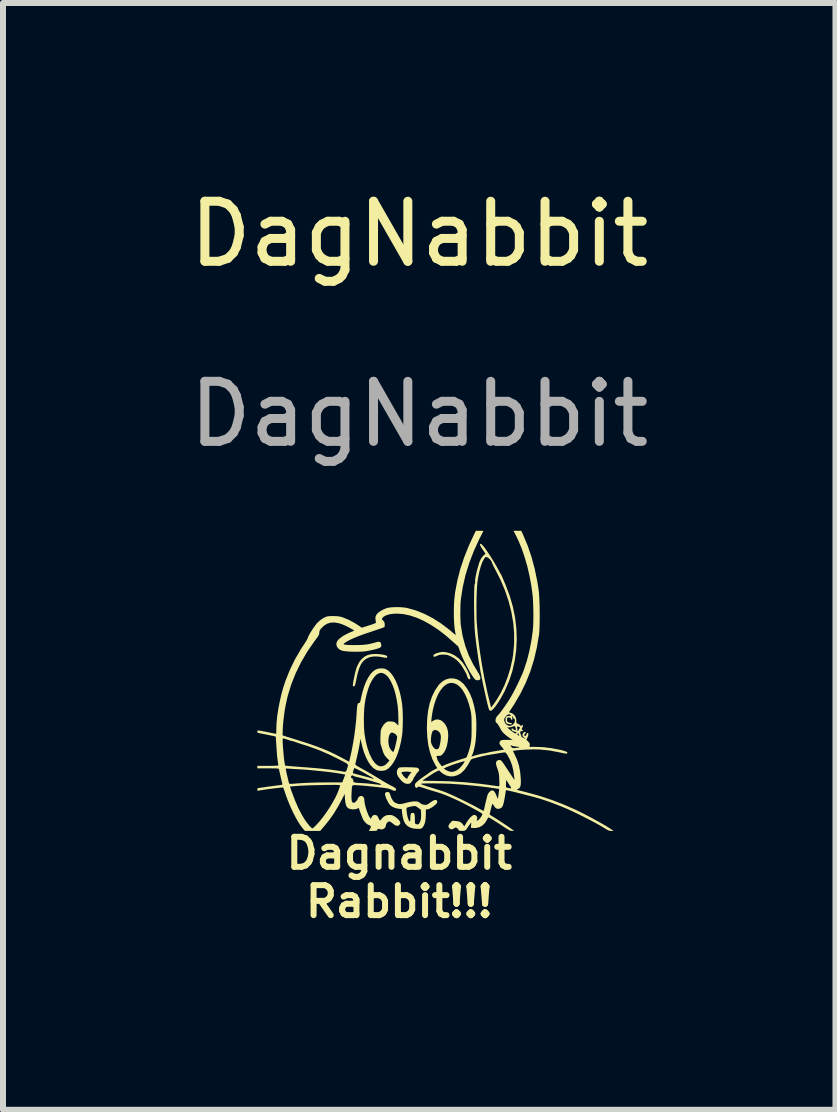
<source format=kicad_pcb>
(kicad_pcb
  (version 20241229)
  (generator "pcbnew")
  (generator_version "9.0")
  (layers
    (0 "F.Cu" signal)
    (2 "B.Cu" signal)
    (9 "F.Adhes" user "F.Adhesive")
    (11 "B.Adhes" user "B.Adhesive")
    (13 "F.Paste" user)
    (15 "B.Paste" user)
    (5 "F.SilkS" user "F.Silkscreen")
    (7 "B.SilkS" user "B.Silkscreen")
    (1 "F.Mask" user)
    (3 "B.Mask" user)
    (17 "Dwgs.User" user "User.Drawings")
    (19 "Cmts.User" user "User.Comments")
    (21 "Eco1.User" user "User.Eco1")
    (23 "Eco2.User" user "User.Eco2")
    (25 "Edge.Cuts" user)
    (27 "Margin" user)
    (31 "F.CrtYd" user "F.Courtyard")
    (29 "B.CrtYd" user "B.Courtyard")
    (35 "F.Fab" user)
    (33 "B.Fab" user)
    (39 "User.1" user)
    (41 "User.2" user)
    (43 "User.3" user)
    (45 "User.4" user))
  (footprint "DagNabbit"
    (layer "F.Cu")
    (at 3.935 8.928)
    (property "Reference" "DagNabbit" (at 0 -8.08 0) (unlocked yes) (layer "F.SilkS") (effects (font (size 1 1) (thickness 0.15))))
    (attr smd)
    (fp_poly (pts (xy 0.434 -1.114) (xy 0.444 -1.112) (xy 0.521 -1.092) (xy 0.594 -1.056) (xy 0.661 -1.006) (xy 0.721 -0.942) (xy 0.774 -0.864) (xy 0.797 -0.821) (xy 0.823 -0.765) (xy 0.841 -0.721) (xy 0.85 -0.69) (xy 0.85 -0.67) (xy 0.841 -0.661) (xy 0.835 -0.66) (xy 0.819 -0.668) (xy 0.806 -0.69) (xy 0.798 -0.711) (xy 0.794 -0.725) (xy 0.793 -0.727) (xy 0.789 -0.74) (xy 0.778 -0.763) (xy 0.762 -0.793) (xy 0.742 -0.827) (xy 0.722 -0.861) (xy 0.703 -0.891) (xy 0.688 -0.911) (xy 0.65 -0.956) (xy 0.611 -0.991) (xy 0.565 -1.022) (xy 0.528 -1.041) (xy 0.494 -1.057) (xy 0.467 -1.066) (xy 0.44 -1.07) (xy 0.405 -1.072) (xy 0.403 -1.072) (xy 0.363 -1.071) (xy 0.333 -1.066) (xy 0.306 -1.056) (xy 0.301 -1.054) (xy 0.268 -1.04) (xy 0.247 -1.036) (xy 0.237 -1.042) (xy 0.235 -1.051) (xy 0.241 -1.069) (xy 0.261 -1.084) (xy 0.296 -1.098) (xy 0.33 -1.107) (xy 0.367 -1.115) (xy 0.399 -1.117)) (stroke (width 0) (type solid)) (fill yes) (layer "F.SilkS"))
    (fp_poly (pts (xy -0.649 -1.078) (xy -0.603 -1.071) (xy -0.569 -1.063) (xy -0.548 -1.056) (xy -0.538 -1.048) (xy -0.534 -1.039) (xy -0.533 -1.037) (xy -0.534 -1.026) (xy -0.54 -1.02) (xy -0.556 -1.019) (xy -0.582 -1.022) (xy -0.621 -1.029) (xy -0.632 -1.032) (xy -0.691 -1.04) (xy -0.751 -1.041) (xy -0.806 -1.034) (xy -0.85 -1.02) (xy -0.891 -0.998) (xy -0.926 -0.97) (xy -0.956 -0.935) (xy -0.982 -0.89) (xy -1.004 -0.834) (xy -1.025 -0.765) (xy -1.044 -0.682) (xy -1.048 -0.66) (xy -1.057 -0.615) (xy -1.064 -0.584) (xy -1.07 -0.564) (xy -1.075 -0.552) (xy -1.082 -0.547) (xy -1.09 -0.545) (xy -1.1 -0.544) (xy -1.106 -0.548) (xy -1.106 -0.561) (xy -1.104 -0.587) (xy -1.103 -0.591) (xy -1.097 -0.633) (xy -1.087 -0.683) (xy -1.076 -0.737) (xy -1.063 -0.79) (xy -1.05 -0.837) (xy -1.038 -0.873) (xy -1.035 -0.879) (xy -1 -0.947) (xy -0.956 -1.002) (xy -0.903 -1.044) (xy -0.855 -1.066) (xy -0.814 -1.076) (xy -0.763 -1.082) (xy -0.706 -1.082)) (stroke (width 0) (type solid)) (fill yes) (layer "F.SilkS"))
    (fp_poly (pts (xy -0.205 0.804) (xy -0.154 0.805) (xy -0.107 0.806) (xy -0.096 0.807) (xy -0.06 0.809) (xy -0.037 0.812) (xy -0.024 0.817) (xy -0.015 0.824) (xy -0.008 0.834) (xy -0.001 0.847) (xy -0.001 0.858) (xy -0.009 0.87) (xy -0.026 0.888) (xy -0.043 0.907) (xy -0.054 0.921) (xy -0.057 0.926) (xy -0.061 0.936) (xy -0.073 0.954) (xy -0.077 0.96) (xy -0.091 0.98) (xy -0.098 0.997) (xy -0.098 1) (xy -0.103 1.013) (xy -0.117 1.032) (xy -0.128 1.047) (xy -0.148 1.068) (xy -0.164 1.078) (xy -0.183 1.081) (xy -0.193 1.082) (xy -0.223 1.078) (xy -0.25 1.067) (xy -0.253 1.066) (xy -0.286 1.04) (xy -0.321 1.002) (xy -0.351 0.961) (xy -0.369 0.923) (xy -0.373 0.894) (xy -0.298 0.894) (xy -0.292 0.908) (xy -0.286 0.915) (xy -0.275 0.928) (xy -0.273 0.935) (xy -0.267 0.945) (xy -0.253 0.96) (xy -0.235 0.977) (xy -0.217 0.991) (xy -0.205 0.998) (xy -0.205 0.998) (xy -0.199 0.992) (xy -0.198 0.987) (xy -0.194 0.975) (xy -0.181 0.955) (xy -0.165 0.931) (xy -0.131 0.886) (xy -0.171 0.88) (xy -0.204 0.877) (xy -0.237 0.878) (xy -0.266 0.881) (xy -0.288 0.886) (xy -0.298 0.893) (xy -0.298 0.894) (xy -0.373 0.894) (xy -0.374 0.884) (xy -0.367 0.849) (xy -0.354 0.827) (xy -0.345 0.817) (xy -0.334 0.81) (xy -0.319 0.807) (xy -0.295 0.805) (xy -0.259 0.804) (xy -0.252 0.804)) (stroke (width 0) (type solid)) (fill yes) (layer "F.SilkS"))
    (fp_poly (pts (xy -0.508 1.22) (xy -0.503 1.223) (xy -0.493 1.238) (xy -0.485 1.259) (xy -0.475 1.29) (xy -0.46 1.325) (xy -0.441 1.357) (xy -0.423 1.38) (xy -0.422 1.381) (xy -0.403 1.394) (xy -0.376 1.406) (xy -0.366 1.41) (xy -0.347 1.416) (xy -0.328 1.418) (xy -0.307 1.417) (xy -0.281 1.413) (xy -0.245 1.404) (xy -0.196 1.391) (xy -0.153 1.382) (xy -0.108 1.375) (xy -0.075 1.373) (xy -0.044 1.374) (xy -0.022 1.378) (xy -0.005 1.386) (xy 0.013 1.4) (xy 0.046 1.421) (xy 0.084 1.43) (xy 0.086 1.43) (xy 0.107 1.431) (xy 0.123 1.429) (xy 0.14 1.422) (xy 0.162 1.407) (xy 0.185 1.391) (xy 0.224 1.365) (xy 0.253 1.352) (xy 0.275 1.349) (xy 0.292 1.358) (xy 0.292 1.358) (xy 0.302 1.378) (xy 0.295 1.401) (xy 0.273 1.426) (xy 0.266 1.432) (xy 0.218 1.469) (xy 0.177 1.493) (xy 0.146 1.505) (xy 0.135 1.507) (xy 0.11 1.507) (xy 0.11 1.593) (xy 0.106 1.667) (xy 0.095 1.729) (xy 0.076 1.777) (xy 0.055 1.808) (xy 0.041 1.821) (xy 0.026 1.828) (xy 0.006 1.831) (xy -0.023 1.831) (xy -0.057 1.829) (xy -0.09 1.826) (xy -0.109 1.823) (xy -0.161 1.805) (xy -0.203 1.778) (xy -0.236 1.741) (xy -0.26 1.691) (xy -0.276 1.629) (xy -0.284 1.58) (xy -0.293 1.5) (xy -0.341 1.497) (xy -0.353 1.494) (xy -0.213 1.494) (xy -0.213 1.519) (xy -0.209 1.551) (xy -0.204 1.587) (xy -0.197 1.622) (xy -0.188 1.653) (xy -0.182 1.67) (xy -0.169 1.697) (xy -0.159 1.709) (xy -0.153 1.705) (xy -0.149 1.685) (xy -0.148 1.65) (xy -0.147 1.611) (xy -0.142 1.585) (xy -0.133 1.571) (xy -0.118 1.565) (xy -0.111 1.565) (xy -0.095 1.567) (xy -0.084 1.576) (xy -0.077 1.594) (xy -0.074 1.623) (xy -0.073 1.666) (xy -0.073 1.666) (xy -0.073 1.705) (xy -0.071 1.73) (xy -0.066 1.745) (xy -0.056 1.752) (xy -0.039 1.755) (xy -0.025 1.756) (xy -0.012 1.753) (xy -0.000099 1.74) (xy 0.012 1.717) (xy 0.021 1.693) (xy 0.027 1.668) (xy 0.03 1.635) (xy 0.03 1.595) (xy 0.03 1.557) (xy 0.029 1.531) (xy 0.026 1.516) (xy 0.02 1.507) (xy 0.015 1.503) (xy -0.001 1.493) (xy -0.023 1.477) (xy -0.03 1.471) (xy -0.054 1.455) (xy -0.075 1.45) (xy -0.09 1.451) (xy -0.129 1.458) (xy -0.164 1.465) (xy -0.192 1.473) (xy -0.208 1.48) (xy -0.21 1.482) (xy -0.213 1.494) (xy -0.353 1.494) (xy -0.398 1.485) (xy -0.437 1.468) (xy -0.465 1.452) (xy -0.486 1.435) (xy -0.504 1.411) (xy -0.517 1.39) (xy -0.54 1.347) (xy -0.557 1.306) (xy -0.568 1.271) (xy -0.571 1.245) (xy -0.568 1.233) (xy -0.552 1.221) (xy -0.529 1.216)) (stroke (width 0) (type solid)) (fill yes) (layer "F.SilkS"))
    (fp_poly (pts (xy 1.038 -2.911) (xy 1.057 -2.892) (xy 1.082 -2.861) (xy 1.111 -2.822) (xy 1.143 -2.775) (xy 1.178 -2.723) (xy 1.213 -2.667) (xy 1.249 -2.609) (xy 1.282 -2.551) (xy 1.313 -2.496) (xy 1.328 -2.468) (xy 1.342 -2.441) (xy 1.354 -2.421) (xy 1.36 -2.41) (xy 1.36 -2.41) (xy 1.366 -2.401) (xy 1.375 -2.381) (xy 1.384 -2.36) (xy 1.396 -2.333) (xy 1.412 -2.296) (xy 1.429 -2.255) (xy 1.441 -2.227) (xy 1.508 -2.048) (xy 1.56 -1.868) (xy 1.597 -1.687) (xy 1.618 -1.505) (xy 1.624 -1.325) (xy 1.615 -1.146) (xy 1.59 -0.97) (xy 1.551 -0.798) (xy 1.496 -0.631) (xy 1.427 -0.472) (xy 1.393 -0.407) (xy 1.358 -0.345) (xy 1.323 -0.288) (xy 1.289 -0.237) (xy 1.258 -0.195) (xy 1.229 -0.163) (xy 1.206 -0.142) (xy 1.188 -0.135) (xy 1.173 -0.142) (xy 1.162 -0.158) (xy 1.157 -0.173) (xy 1.149 -0.202) (xy 1.139 -0.24) (xy 1.128 -0.286) (xy 1.119 -0.323) (xy 1.066 -0.561) (xy 1.02 -0.791) (xy 0.982 -1.016) (xy 0.95 -1.243) (xy 0.929 -1.423) (xy 0.926 -1.465) (xy 0.922 -1.517) (xy 0.92 -1.578) (xy 0.917 -1.645) (xy 0.916 -1.717) (xy 0.914 -1.792) (xy 0.914 -1.816) (xy 0.953 -1.816) (xy 0.954 -1.738) (xy 0.955 -1.666) (xy 0.958 -1.604) (xy 0.96 -1.583) (xy 0.979 -1.365) (xy 1.008 -1.138) (xy 1.044 -0.904) (xy 1.087 -0.668) (xy 1.137 -0.434) (xy 1.161 -0.334) (xy 1.196 -0.19) (xy 1.216 -0.215) (xy 1.229 -0.232) (xy 1.248 -0.258) (xy 1.271 -0.291) (xy 1.29 -0.32) (xy 1.359 -0.436) (xy 1.421 -0.565) (xy 1.474 -0.703) (xy 1.518 -0.847) (xy 1.551 -0.994) (xy 1.563 -1.068) (xy 1.58 -1.242) (xy 1.581 -1.419) (xy 1.566 -1.598) (xy 1.535 -1.779) (xy 1.489 -1.96) (xy 1.428 -2.141) (xy 1.352 -2.321) (xy 1.265 -2.492) (xy 1.245 -2.53) (xy 1.228 -2.564) (xy 1.216 -2.59) (xy 1.21 -2.606) (xy 1.21 -2.607) (xy 1.204 -2.625) (xy 1.188 -2.647) (xy 1.167 -2.669) (xy 1.145 -2.687) (xy 1.126 -2.697) (xy 1.126 -2.697) (xy 1.111 -2.699) (xy 1.098 -2.691) (xy 1.083 -2.672) (xy 1.083 -2.671) (xy 1.053 -2.618) (xy 1.027 -2.549) (xy 1.003 -2.464) (xy 0.982 -2.363) (xy 0.972 -2.302) (xy 0.967 -2.259) (xy 0.963 -2.203) (xy 0.959 -2.136) (xy 0.956 -2.06) (xy 0.954 -1.98) (xy 0.953 -1.898) (xy 0.953 -1.816) (xy 0.914 -1.816) (xy 0.913 -1.867) (xy 0.913 -1.941) (xy 0.913 -2.011) (xy 0.914 -2.076) (xy 0.915 -2.134) (xy 0.917 -2.183) (xy 0.919 -2.22) (xy 0.922 -2.245) (xy 0.925 -2.253) (xy 0.932 -2.269) (xy 0.931 -2.278) (xy 0.929 -2.296) (xy 0.932 -2.327) (xy 0.938 -2.367) (xy 0.948 -2.414) (xy 0.959 -2.465) (xy 0.973 -2.516) (xy 0.987 -2.565) (xy 1.001 -2.608) (xy 1.014 -2.642) (xy 1.019 -2.653) (xy 1.037 -2.683) (xy 1.059 -2.712) (xy 1.08 -2.733) (xy 1.094 -2.742) (xy 1.1 -2.746) (xy 1.1 -2.754) (xy 1.093 -2.769) (xy 1.077 -2.792) (xy 1.06 -2.817) (xy 1.032 -2.857) (xy 1.016 -2.887) (xy 1.011 -2.906) (xy 1.016 -2.916) (xy 1.026 -2.918)) (stroke (width 0) (type solid)) (fill yes) (layer "F.SilkS"))
    (fp_poly (pts (xy 1.036 -3.135) (xy 1.058 -3.134) (xy 1.068 -3.133) (xy 1.068 -3.133) (xy 1.065 -3.125) (xy 1.055 -3.105) (xy 1.04 -3.075) (xy 1.021 -3.037) (xy 1.003 -3.002) (xy 0.911 -2.803) (xy 0.834 -2.602) (xy 0.771 -2.4) (xy 0.725 -2.199) (xy 0.694 -2) (xy 0.693 -1.993) (xy 0.689 -1.943) (xy 0.686 -1.882) (xy 0.685 -1.814) (xy 0.684 -1.744) (xy 0.686 -1.676) (xy 0.688 -1.615) (xy 0.692 -1.565) (xy 0.693 -1.556) (xy 0.722 -1.385) (xy 0.766 -1.22) (xy 0.824 -1.062) (xy 0.898 -0.911) (xy 0.965 -0.8) (xy 0.996 -0.748) (xy 1.014 -0.707) (xy 1.019 -0.677) (xy 1.012 -0.656) (xy 0.992 -0.646) (xy 0.963 -0.645) (xy 0.949 -0.647) (xy 0.937 -0.652) (xy 0.925 -0.663) (xy 0.91 -0.681) (xy 0.89 -0.71) (xy 0.879 -0.727) (xy 0.843 -0.783) (xy 0.806 -0.85) (xy 0.768 -0.922) (xy 0.733 -0.996) (xy 0.702 -1.066) (xy 0.678 -1.128) (xy 0.676 -1.133) (xy 0.664 -1.168) (xy 0.653 -1.196) (xy 0.645 -1.213) (xy 0.641 -1.218) (xy 0.632 -1.224) (xy 0.614 -1.238) (xy 0.59 -1.26) (xy 0.565 -1.282) (xy 0.442 -1.39) (xy 0.319 -1.485) (xy 0.196 -1.566) (xy 0.075 -1.634) (xy -0.043 -1.687) (xy -0.159 -1.725) (xy -0.271 -1.748) (xy -0.369 -1.755) (xy -0.441 -1.752) (xy -0.503 -1.742) (xy -0.555 -1.725) (xy -0.594 -1.703) (xy -0.6 -1.697) (xy -0.618 -1.678) (xy -0.622 -1.662) (xy -0.611 -1.647) (xy -0.601 -1.639) (xy -0.586 -1.622) (xy -0.578 -1.599) (xy -0.576 -1.58) (xy -0.575 -1.55) (xy -0.58 -1.533) (xy -0.583 -1.53) (xy -0.594 -1.525) (xy -0.618 -1.516) (xy -0.654 -1.503) (xy -0.698 -1.488) (xy -0.749 -1.471) (xy -0.79 -1.457) (xy -0.907 -1.418) (xy -1.008 -1.381) (xy -1.092 -1.347) (xy -1.161 -1.315) (xy -1.213 -1.286) (xy -1.221 -1.28) (xy -1.246 -1.264) (xy -1.258 -1.254) (xy -1.26 -1.248) (xy -1.253 -1.243) (xy -1.248 -1.24) (xy -1.232 -1.237) (xy -1.201 -1.234) (xy -1.157 -1.232) (xy -1.103 -1.231) (xy -1.069 -1.231) (xy -0.99 -1.232) (xy -0.923 -1.236) (xy -0.864 -1.243) (xy -0.808 -1.254) (xy -0.75 -1.269) (xy -0.714 -1.28) (xy -0.678 -1.287) (xy -0.654 -1.282) (xy -0.639 -1.265) (xy -0.633 -1.237) (xy -0.633 -1.213) (xy -0.64 -1.199) (xy -0.65 -1.19) (xy -0.671 -1.18) (xy -0.705 -1.169) (xy -0.749 -1.157) (xy -0.797 -1.146) (xy -0.847 -1.136) (xy -0.896 -1.128) (xy -0.909 -1.126) (xy -0.957 -1.122) (xy -1.012 -1.12) (xy -1.071 -1.12) (xy -1.131 -1.121) (xy -1.187 -1.124) (xy -1.236 -1.129) (xy -1.274 -1.135) (xy -1.287 -1.138) (xy -1.33 -1.158) (xy -1.36 -1.186) (xy -1.378 -1.22) (xy -1.381 -1.257) (xy -1.369 -1.293) (xy -1.348 -1.321) (xy -1.314 -1.351) (xy -1.268 -1.383) (xy -1.213 -1.414) (xy -1.151 -1.443) (xy -1.129 -1.452) (xy -1.081 -1.472) (xy -1.113 -1.491) (xy -1.17 -1.524) (xy -1.231 -1.554) (xy -1.291 -1.579) (xy -1.337 -1.594) (xy -1.409 -1.607) (xy -1.474 -1.605) (xy -1.533 -1.588) (xy -1.587 -1.554) (xy -1.628 -1.515) (xy -1.649 -1.489) (xy -1.66 -1.469) (xy -1.665 -1.449) (xy -1.665 -1.438) (xy -1.666 -1.423) (xy -1.67 -1.408) (xy -1.678 -1.391) (xy -1.692 -1.368) (xy -1.714 -1.338) (xy -1.743 -1.299) (xy -1.863 -1.126) (xy -1.968 -0.947) (xy -2.058 -0.763) (xy -2.133 -0.575) (xy -2.192 -0.382) (xy -2.223 -0.243) (xy -2.24 -0.151) (xy -2.254 -0.053) (xy -2.265 0.045) (xy -2.273 0.137) (xy -2.275 0.192) (xy -2.277 0.273) (xy -2.24 0.285) (xy -2.223 0.291) (xy -2.192 0.301) (xy -2.15 0.314) (xy -2.099 0.33) (xy -2.041 0.348) (xy -1.978 0.368) (xy -1.948 0.377) (xy -1.822 0.418) (xy -1.709 0.458) (xy -1.605 0.498) (xy -1.507 0.539) (xy -1.412 0.584) (xy -1.314 0.634) (xy -1.29 0.647) (xy -1.169 0.712) (xy -1.146 0.62) (xy -1.124 0.519) (xy -1.103 0.405) (xy -1.083 0.284) (xy -1.067 0.159) (xy -1.053 0.035) (xy -1.05 -0.007) (xy -0.923 -0.007) (xy -0.922 0.076) (xy -0.92 0.155) (xy -0.914 0.226) (xy -0.91 0.258) (xy -0.889 0.382) (xy -0.86 0.493) (xy -0.825 0.59) (xy -0.783 0.673) (xy -0.773 0.689) (xy -0.736 0.738) (xy -0.697 0.771) (xy -0.657 0.788) (xy -0.617 0.788) (xy -0.578 0.773) (xy -0.567 0.766) (xy -0.543 0.745) (xy -0.521 0.723) (xy -0.516 0.716) (xy -0.497 0.69) (xy -0.528 0.663) (xy -0.571 0.615) (xy -0.6 0.56) (xy -0.607 0.539) (xy -0.615 0.51) (xy -0.626 0.475) (xy -0.633 0.454) (xy -0.641 0.431) (xy -0.645 0.408) (xy -0.647 0.381) (xy -0.648 0.348) (xy -0.514 0.348) (xy -0.514 0.393) (xy -0.507 0.437) (xy -0.499 0.467) (xy -0.484 0.498) (xy -0.465 0.524) (xy -0.447 0.542) (xy -0.432 0.548) (xy -0.427 0.541) (xy -0.419 0.521) (xy -0.41 0.494) (xy -0.408 0.488) (xy -0.395 0.437) (xy -0.384 0.39) (xy -0.375 0.348) (xy -0.37 0.315) (xy -0.369 0.292) (xy -0.372 0.283) (xy -0.381 0.274) (xy -0.382 0.27) (xy -0.389 0.259) (xy -0.406 0.246) (xy -0.428 0.235) (xy -0.449 0.228) (xy -0.463 0.227) (xy -0.483 0.241) (xy -0.498 0.268) (xy -0.509 0.305) (xy -0.514 0.348) (xy -0.648 0.348) (xy -0.648 0.346) (xy -0.647 0.299) (xy -0.647 0.295) (xy -0.645 0.249) (xy -0.643 0.216) (xy -0.64 0.191) (xy -0.635 0.171) (xy -0.627 0.152) (xy -0.619 0.137) (xy -0.595 0.098) (xy -0.567 0.068) (xy -0.561 0.064) (xy -0.542 0.05) (xy -0.525 0.043) (xy -0.505 0.041) (xy -0.476 0.042) (xy -0.471 0.042) (xy -0.439 0.045) (xy -0.418 0.05) (xy -0.401 0.06) (xy -0.382 0.077) (xy -0.381 0.078) (xy -0.348 0.11) (xy -0.348 -0.012) (xy -0.351 -0.117) (xy -0.36 -0.219) (xy -0.375 -0.316) (xy -0.394 -0.407) (xy -0.417 -0.49) (xy -0.445 -0.565) (xy -0.476 -0.631) (xy -0.509 -0.685) (xy -0.545 -0.726) (xy -0.584 -0.754) (xy -0.623 -0.768) (xy -0.636 -0.768) (xy -0.675 -0.76) (xy -0.714 -0.737) (xy -0.751 -0.698) (xy -0.786 -0.647) (xy -0.819 -0.584) (xy -0.848 -0.509) (xy -0.873 -0.425) (xy -0.895 -0.332) (xy -0.911 -0.232) (xy -0.917 -0.167) (xy -0.921 -0.09) (xy -0.923 -0.007) (xy -1.05 -0.007) (xy -1.044 -0.083) (xy -1.042 -0.12) (xy -1.038 -0.174) (xy -1.034 -0.213) (xy -1.029 -0.241) (xy -1.021 -0.257) (xy -1.012 -0.266) (xy -0.999 -0.268) (xy -0.999 -0.268) (xy -0.991 -0.272) (xy -0.985 -0.284) (xy -0.978 -0.308) (xy -0.971 -0.343) (xy -0.947 -0.446) (xy -0.918 -0.54) (xy -0.885 -0.624) (xy -0.847 -0.696) (xy -0.806 -0.755) (xy -0.762 -0.799) (xy -0.72 -0.826) (xy -0.681 -0.839) (xy -0.634 -0.843) (xy -0.589 -0.84) (xy -0.561 -0.832) (xy -0.515 -0.804) (xy -0.47 -0.76) (xy -0.429 -0.703) (xy -0.391 -0.633) (xy -0.357 -0.551) (xy -0.328 -0.459) (xy -0.304 -0.358) (xy -0.286 -0.249) (xy -0.286 -0.246) (xy -0.28 -0.186) (xy -0.276 -0.114) (xy -0.274 -0.034) (xy -0.274 0.048) (xy -0.276 0.127) (xy -0.279 0.201) (xy -0.285 0.262) (xy -0.286 0.268) (xy -0.304 0.377) (xy -0.328 0.478) (xy -0.357 0.571) (xy -0.39 0.653) (xy -0.428 0.723) (xy -0.47 0.781) (xy -0.514 0.825) (xy -0.56 0.853) (xy -0.561 0.853) (xy -0.601 0.863) (xy -0.647 0.864) (xy -0.692 0.858) (xy -0.72 0.848) (xy -0.767 0.817) (xy -0.811 0.77) (xy -0.852 0.71) (xy -0.889 0.636) (xy -0.923 0.55) (xy -0.951 0.454) (xy -0.959 0.417) (xy -0.979 0.331) (xy -0.997 0.438) (xy -1.007 0.491) (xy -1.019 0.551) (xy -1.032 0.608) (xy -1.04 0.645) (xy -1.05 0.684) (xy -1.058 0.718) (xy -1.063 0.744) (xy -1.065 0.757) (xy -1.065 0.757) (xy -1.058 0.766) (xy -1.038 0.781) (xy -1.009 0.799) (xy -0.988 0.81) (xy -0.79 0.922) (xy -0.652 1.006) (xy -0.607 1.034) (xy -0.557 1.063) (xy -0.509 1.09) (xy -0.469 1.111) (xy -0.432 1.13) (xy -0.408 1.145) (xy -0.394 1.156) (xy -0.387 1.165) (xy -0.386 1.174) (xy -0.392 1.191) (xy -0.409 1.197) (xy -0.436 1.192) (xy -0.464 1.179) (xy -0.486 1.169) (xy -0.513 1.161) (xy -0.548 1.154) (xy -0.595 1.147) (xy -0.615 1.145) (xy -0.707 1.134) (xy -0.797 1.125) (xy -0.879 1.116) (xy -0.953 1.11) (xy -1.014 1.105) (xy -1.037 1.104) (xy -1.068 1.102) (xy -1.091 1.102) (xy -1.106 1.105) (xy -1.115 1.115) (xy -1.121 1.134) (xy -1.124 1.164) (xy -1.126 1.206) (xy -1.128 1.232) (xy -1.13 1.291) (xy -1.129 1.335) (xy -1.124 1.366) (xy -1.116 1.386) (xy -1.103 1.395) (xy -1.097 1.397) (xy -1.079 1.394) (xy -1.06 1.38) (xy -1.05 1.369) (xy -1.034 1.349) (xy -1.025 1.332) (xy -1.023 1.327) (xy -1.016 1.309) (xy -0.999 1.293) (xy -0.977 1.283) (xy -0.969 1.282) (xy -0.943 1.289) (xy -0.924 1.31) (xy -0.915 1.341) (xy -0.915 1.351) (xy -0.912 1.386) (xy -0.903 1.43) (xy -0.891 1.479) (xy -0.875 1.529) (xy -0.858 1.575) (xy -0.841 1.614) (xy -0.825 1.641) (xy -0.821 1.646) (xy -0.803 1.665) (xy -0.795 1.638) (xy -0.78 1.614) (xy -0.757 1.601) (xy -0.731 1.599) (xy -0.707 1.608) (xy -0.689 1.628) (xy -0.686 1.636) (xy -0.675 1.66) (xy -0.665 1.679) (xy -0.657 1.689) (xy -0.65 1.69) (xy -0.64 1.68) (xy -0.627 1.663) (xy -0.591 1.627) (xy -0.548 1.605) (xy -0.497 1.599) (xy -0.497 1.599) (xy -0.462 1.602) (xy -0.432 1.612) (xy -0.4 1.63) (xy -0.364 1.66) (xy -0.357 1.667) (xy -0.329 1.697) (xy -0.316 1.722) (xy -0.317 1.745) (xy -0.332 1.765) (xy -0.353 1.779) (xy -0.378 1.78) (xy -0.407 1.768) (xy -0.443 1.741) (xy -0.45 1.735) (xy -0.473 1.718) (xy -0.493 1.708) (xy -0.501 1.707) (xy -0.52 1.714) (xy -0.539 1.732) (xy -0.552 1.756) (xy -0.557 1.778) (xy -0.564 1.804) (xy -0.584 1.825) (xy -0.611 1.838) (xy -0.628 1.84) (xy -0.652 1.838) (xy -0.672 1.833) (xy -0.673 1.832) (xy -0.685 1.829) (xy -0.695 1.84) (xy -0.697 1.845) (xy -0.703 1.855) (xy -0.711 1.861) (xy -0.726 1.864) (xy -0.752 1.865) (xy -0.773 1.865) (xy -0.84 1.865) (xy -0.823 1.838) (xy -0.809 1.808) (xy -0.808 1.786) (xy -0.822 1.773) (xy -0.831 1.771) (xy -0.86 1.758) (xy -0.891 1.733) (xy -0.919 1.7) (xy -0.937 1.672) (xy -0.945 1.652) (xy -0.957 1.624) (xy -0.97 1.591) (xy -0.983 1.556) (xy -0.994 1.524) (xy -1.003 1.499) (xy -1.007 1.485) (xy -1.007 1.484) (xy -1.013 1.485) (xy -1.029 1.493) (xy -1.031 1.494) (xy -1.065 1.504) (xy -1.105 1.507) (xy -1.145 1.502) (xy -1.178 1.49) (xy -1.183 1.488) (xy -1.203 1.469) (xy -1.218 1.444) (xy -1.228 1.41) (xy -1.235 1.363) (xy -1.238 1.326) (xy -1.242 1.249) (xy -1.287 1.338) (xy -1.353 1.46) (xy -1.42 1.57) (xy -1.492 1.673) (xy -1.573 1.775) (xy -1.589 1.794) (xy -1.65 1.865) (xy -1.905 1.865) (xy -1.932 1.834) (xy -1.974 1.781) (xy -2.017 1.714) (xy -2.062 1.636) (xy -2.106 1.549) (xy -2.149 1.456) (xy -2.189 1.359) (xy -2.226 1.26) (xy -2.231 1.243) (xy -2.244 1.205) (xy -2.255 1.174) (xy -2.263 1.152) (xy -2.268 1.143) (xy -2.268 1.143) (xy -2.277 1.142) (xy -2.3 1.144) (xy -2.335 1.147) (xy -2.377 1.152) (xy -2.426 1.158) (xy -2.477 1.164) (xy -2.529 1.171) (xy -2.578 1.178) (xy -2.621 1.184) (xy -2.657 1.19) (xy -2.68 1.195) (xy -2.694 1.196) (xy -2.698 1.187) (xy -2.697 1.176) (xy -2.694 1.153) (xy -2.569 1.135) (xy -2.516 1.127) (xy -2.51 1.126) (xy -2.155 1.126) (xy -2.126 1.209) (xy -2.072 1.352) (xy -2.016 1.482) (xy -1.956 1.597) (xy -1.904 1.683) (xy -1.878 1.72) (xy -1.85 1.755) (xy -1.825 1.786) (xy -1.802 1.808) (xy -1.786 1.821) (xy -1.78 1.823) (xy -1.771 1.818) (xy -1.753 1.803) (xy -1.731 1.782) (xy -1.724 1.775) (xy -1.667 1.713) (xy -1.608 1.64) (xy -1.55 1.561) (xy -1.494 1.477) (xy -1.443 1.392) (xy -1.398 1.31) (xy -1.362 1.233) (xy -1.335 1.163) (xy -1.334 1.159) (xy -1.317 1.106) (xy -1.338 1.101) (xy -1.354 1.1) (xy -1.383 1.099) (xy -1.425 1.098) (xy -1.477 1.099) (xy -1.536 1.099) (xy -1.601 1.1) (xy -1.67 1.102) (xy -1.739 1.103) (xy -1.807 1.105) (xy -1.872 1.107) (xy -1.931 1.11) (xy -1.982 1.112) (xy -2.023 1.115) (xy -2.037 1.116) (xy -2.155 1.126) (xy -2.51 1.126) (xy -2.461 1.12) (xy -2.408 1.113) (xy -2.365 1.107) (xy -2.359 1.107) (xy -2.321 1.102) (xy -2.297 1.098) (xy -2.284 1.094) (xy -2.279 1.089) (xy -2.28 1.082) (xy -2.281 1.078) (xy -2.286 1.063) (xy -2.293 1.035) (xy -2.301 0.999) (xy -2.31 0.96) (xy -2.319 0.92) (xy -2.327 0.884) (xy -2.333 0.857) (xy -2.336 0.842) (xy -2.337 0.838) (xy -2.223 0.838) (xy -2.221 0.85) (xy -2.216 0.875) (xy -2.209 0.909) (xy -2.2 0.947) (xy -2.191 0.986) (xy -2.182 1.022) (xy -2.175 1.052) (xy -2.17 1.07) (xy -2.169 1.072) (xy -2.164 1.078) (xy -2.151 1.081) (xy -2.128 1.081) (xy -2.092 1.078) (xy -2.057 1.076) (xy -2.011 1.072) (xy -1.958 1.069) (xy -1.904 1.066) (xy -1.886 1.065) (xy -1.84 1.063) (xy -1.782 1.061) (xy -1.715 1.059) (xy -1.643 1.058) (xy -1.571 1.057) (xy -1.518 1.057) (xy -1.283 1.057) (xy -1.258 0.992) (xy -1.252 0.976) (xy -1.137 0.976) (xy -1.13 0.987) (xy -1.119 0.987) (xy -1.111 0.988) (xy -1.112 0.995) (xy -1.112 1.005) (xy -1.108 1.007) (xy -1.101 1.014) (xy -1.098 1.031) (xy -1.098 1.041) (xy -1.095 1.049) (xy -1.087 1.054) (xy -1.072 1.059) (xy -1.048 1.062) (xy -1.013 1.065) (xy -0.965 1.068) (xy -0.932 1.07) (xy -0.883 1.073) (xy -0.831 1.078) (xy -0.784 1.083) (xy -0.761 1.086) (xy -0.723 1.09) (xy -0.689 1.094) (xy -0.663 1.097) (xy -0.657 1.097) (xy -0.638 1.097) (xy -0.634 1.094) (xy -0.642 1.087) (xy -0.644 1.085) (xy -0.666 1.073) (xy -0.682 1.068) (xy -0.697 1.064) (xy -0.724 1.056) (xy -0.761 1.045) (xy -0.804 1.032) (xy -0.832 1.023) (xy -0.882 1.008) (xy -0.933 0.994) (xy -0.98 0.981) (xy -1.018 0.972) (xy -1.03 0.969) (xy -1.061 0.962) (xy -1.085 0.954) (xy -1.097 0.949) (xy -1.098 0.947) (xy -1.104 0.94) (xy -1.117 0.941) (xy -1.13 0.948) (xy -1.136 0.957) (xy -1.137 0.976) (xy -1.252 0.976) (xy -1.233 0.927) (xy -1.28 0.918) (xy -1.327 0.909) (xy -1.374 0.902) (xy -1.106 0.902) (xy -1.105 0.902) (xy -1.097 0.906) (xy -1.074 0.912) (xy -1.042 0.921) (xy -1.001 0.932) (xy -0.973 0.939) (xy -0.926 0.952) (xy -0.881 0.964) (xy -0.843 0.974) (xy -0.815 0.982) (xy -0.807 0.985) (xy -0.779 0.994) (xy -0.763 0.997) (xy -0.757 0.997) (xy -0.757 0.995) (xy -0.764 0.989) (xy -0.783 0.976) (xy -0.812 0.959) (xy -0.848 0.938) (xy -0.888 0.916) (xy -0.93 0.892) (xy -0.972 0.87) (xy -1.01 0.85) (xy -1.042 0.834) (xy -1.066 0.823) (xy -1.079 0.818) (xy -1.08 0.818) (xy -1.087 0.828) (xy -1.094 0.847) (xy -1.101 0.87) (xy -1.105 0.89) (xy -1.106 0.902) (xy -1.374 0.902) (xy -1.387 0.9) (xy -1.459 0.89) (xy -1.539 0.88) (xy -1.625 0.871) (xy -1.714 0.862) (xy -1.803 0.853) (xy -1.89 0.846) (xy -1.971 0.84) (xy -2.044 0.836) (xy -2.088 0.834) (xy -2.129 0.831) (xy -2.164 0.829) (xy -2.184 0.827) (xy -2.208 0.825) (xy -2.22 0.828) (xy -2.223 0.835) (xy -2.223 0.838) (xy -2.337 0.838) (xy -2.338 0.836) (xy -2.341 0.831) (xy -2.349 0.828) (xy -2.362 0.826) (xy -2.384 0.824) (xy -2.415 0.824) (xy -2.459 0.823) (xy -2.518 0.823) (xy -2.698 0.823) (xy -2.698 0.782) (xy -2.523 0.782) (xy -2.471 0.781) (xy -2.426 0.78) (xy -2.388 0.779) (xy -2.362 0.777) (xy -2.349 0.775) (xy -2.348 0.775) (xy -2.349 0.764) (xy -2.352 0.741) (xy -2.357 0.708) (xy -2.361 0.679) (xy -2.366 0.639) (xy -2.371 0.588) (xy -2.375 0.531) (xy -2.379 0.473) (xy -2.381 0.443) (xy -2.384 0.396) (xy -2.387 0.356) (xy -2.276 0.356) (xy -2.276 0.38) (xy -2.273 0.431) (xy -2.269 0.489) (xy -2.264 0.549) (xy -2.259 0.608) (xy -2.253 0.66) (xy -2.248 0.702) (xy -2.245 0.719) (xy -2.236 0.777) (xy -2.182 0.783) (xy -2.159 0.785) (xy -2.123 0.788) (xy -2.075 0.792) (xy -2.019 0.796) (xy -1.957 0.801) (xy -1.893 0.806) (xy -1.886 0.806) (xy -1.802 0.813) (xy -1.716 0.82) (xy -1.629 0.828) (xy -1.545 0.837) (xy -1.466 0.846) (xy -1.396 0.856) (xy -1.337 0.864) (xy -1.291 0.872) (xy -1.29 0.872) (xy -1.256 0.879) (xy -1.234 0.88) (xy -1.221 0.873) (xy -1.212 0.857) (xy -1.202 0.828) (xy -1.2 0.821) (xy -1.193 0.799) (xy -1.189 0.782) (xy -1.188 0.769) (xy -1.193 0.757) (xy -1.205 0.745) (xy -1.226 0.732) (xy -1.257 0.714) (xy -1.301 0.692) (xy -1.331 0.676) (xy -1.501 0.592) (xy -1.667 0.52) (xy -1.836 0.459) (xy -1.885 0.443) (xy -1.937 0.427) (xy -1.985 0.411) (xy -2.025 0.398) (xy -2.056 0.387) (xy -2.074 0.38) (xy -2.078 0.379) (xy -2.094 0.372) (xy -2.103 0.372) (xy -2.114 0.37) (xy -2.137 0.364) (xy -2.168 0.354) (xy -2.186 0.348) (xy -2.219 0.337) (xy -2.247 0.329) (xy -2.265 0.324) (xy -2.269 0.323) (xy -2.274 0.331) (xy -2.276 0.356) (xy -2.387 0.356) (xy -2.387 0.354) (xy -2.389 0.321) (xy -2.391 0.3) (xy -2.392 0.293) (xy -2.401 0.291) (xy -2.423 0.286) (xy -2.455 0.279) (xy -2.494 0.271) (xy -2.536 0.262) (xy -2.58 0.253) (xy -2.621 0.245) (xy -2.656 0.239) (xy -2.667 0.236) (xy -2.688 0.231) (xy -2.697 0.222) (xy -2.698 0.21) (xy -2.697 0.198) (xy -2.691 0.192) (xy -2.676 0.192) (xy -2.659 0.195) (xy -2.636 0.198) (xy -2.601 0.205) (xy -2.558 0.213) (xy -2.513 0.223) (xy -2.505 0.224) (xy -2.463 0.233) (xy -2.428 0.24) (xy -2.401 0.245) (xy -2.387 0.248) (xy -2.386 0.248) (xy -2.384 0.241) (xy -2.383 0.22) (xy -2.382 0.19) (xy -2.382 0.174) (xy -2.378 0.071) (xy -2.367 -0.043) (xy -2.349 -0.164) (xy -2.325 -0.288) (xy -2.297 -0.411) (xy -2.264 -0.529) (xy -2.229 -0.635) (xy -2.157 -0.815) (xy -2.075 -0.985) (xy -1.98 -1.15) (xy -1.926 -1.233) (xy -1.902 -1.27) (xy -1.881 -1.304) (xy -1.866 -1.33) (xy -1.858 -1.348) (xy -1.857 -1.351) (xy -1.852 -1.367) (xy -1.839 -1.394) (xy -1.82 -1.427) (xy -1.797 -1.465) (xy -1.771 -1.505) (xy -1.744 -1.543) (xy -1.719 -1.577) (xy -1.697 -1.603) (xy -1.693 -1.607) (xy -1.646 -1.649) (xy -1.597 -1.681) (xy -1.585 -1.687) (xy -1.559 -1.699) (xy -1.538 -1.707) (xy -1.517 -1.711) (xy -1.491 -1.713) (xy -1.455 -1.714) (xy -1.432 -1.714) (xy -1.385 -1.713) (xy -1.35 -1.71) (xy -1.32 -1.705) (xy -1.29 -1.697) (xy -1.271 -1.691) (xy -1.176 -1.652) (xy -1.082 -1.602) (xy -1.025 -1.566) (xy -0.957 -1.52) (xy -0.836 -1.559) (xy -0.788 -1.574) (xy -0.755 -1.586) (xy -0.734 -1.596) (xy -0.723 -1.603) (xy -0.72 -1.609) (xy -0.721 -1.61) (xy -0.727 -1.635) (xy -0.73 -1.667) (xy -0.73 -1.697) (xy -0.728 -1.706) (xy -0.712 -1.74) (xy -0.681 -1.773) (xy -0.638 -1.803) (xy -0.586 -1.83) (xy -0.535 -1.849) (xy -0.498 -1.856) (xy -0.448 -1.861) (xy -0.391 -1.863) (xy -0.331 -1.863) (xy -0.272 -1.859) (xy -0.22 -1.853) (xy -0.198 -1.848) (xy -0.056 -1.808) (xy 0.086 -1.751) (xy 0.227 -1.678) (xy 0.366 -1.589) (xy 0.504 -1.484) (xy 0.548 -1.447) (xy 0.607 -1.396) (xy 0.596 -1.459) (xy 0.586 -1.531) (xy 0.58 -1.614) (xy 0.576 -1.706) (xy 0.576 -1.803) (xy 0.578 -1.899) (xy 0.584 -1.992) (xy 0.593 -2.076) (xy 0.597 -2.108) (xy 0.634 -2.305) (xy 0.684 -2.5) (xy 0.749 -2.695) (xy 0.828 -2.892) (xy 0.89 -3.025) (xy 0.943 -3.135) (xy 1.006 -3.135)) (stroke (width 0) (type solid)) (fill yes) (layer "F.SilkS"))
    (fp_poly (pts (xy 1.733 -3.062) (xy 1.806 -2.887) (xy 1.87 -2.7) (xy 1.923 -2.502) (xy 1.966 -2.294) (xy 1.991 -2.135) (xy 1.995 -2.09) (xy 1.999 -2.032) (xy 2.002 -1.963) (xy 2.005 -1.888) (xy 2.006 -1.808) (xy 2.007 -1.727) (xy 2.006 -1.648) (xy 2.005 -1.573) (xy 2.003 -1.506) (xy 2 -1.45) (xy 1.996 -1.406) (xy 1.995 -1.403) (xy 1.959 -1.189) (xy 1.911 -0.986) (xy 1.85 -0.791) (xy 1.775 -0.604) (xy 1.687 -0.424) (xy 1.584 -0.248) (xy 1.542 -0.183) (xy 1.493 -0.111) (xy 1.525 -0.102) (xy 1.565 -0.083) (xy 1.595 -0.051) (xy 1.613 -0.01) (xy 1.618 0.031) (xy 1.619 0.056) (xy 1.623 0.07) (xy 1.632 0.076) (xy 1.641 0.078) (xy 1.663 0.089) (xy 1.683 0.106) (xy 1.695 0.119) (xy 1.7 0.119) (xy 1.701 0.113) (xy 1.707 0.101) (xy 1.717 0.099) (xy 1.725 0.108) (xy 1.727 0.115) (xy 1.722 0.135) (xy 1.714 0.152) (xy 1.706 0.166) (xy 1.708 0.173) (xy 1.714 0.176) (xy 1.725 0.188) (xy 1.727 0.195) (xy 1.722 0.204) (xy 1.708 0.204) (xy 1.707 0.203) (xy 1.691 0.203) (xy 1.683 0.215) (xy 1.682 0.217) (xy 1.683 0.238) (xy 1.69 0.255) (xy 1.698 0.273) (xy 1.699 0.285) (xy 1.703 0.294) (xy 1.717 0.306) (xy 1.735 0.317) (xy 1.752 0.324) (xy 1.763 0.324) (xy 1.764 0.323) (xy 1.763 0.316) (xy 1.758 0.315) (xy 1.741 0.308) (xy 1.726 0.291) (xy 1.719 0.272) (xy 1.718 0.268) (xy 1.724 0.246) (xy 1.738 0.226) (xy 1.756 0.216) (xy 1.76 0.215) (xy 1.774 0.219) (xy 1.774 0.231) (xy 1.759 0.249) (xy 1.748 0.263) (xy 1.75 0.275) (xy 1.752 0.278) (xy 1.765 0.285) (xy 1.777 0.277) (xy 1.786 0.259) (xy 1.787 0.254) (xy 1.795 0.238) (xy 1.804 0.233) (xy 1.815 0.237) (xy 1.818 0.253) (xy 1.814 0.278) (xy 1.803 0.308) (xy 1.801 0.311) (xy 1.785 0.346) (xy 1.815 0.377) (xy 1.833 0.397) (xy 1.841 0.412) (xy 1.842 0.43) (xy 1.841 0.436) (xy 1.836 0.465) (xy 1.938 0.465) (xy 2.065 0.47) (xy 2.198 0.486) (xy 2.332 0.511) (xy 2.354 0.516) (xy 2.404 0.529) (xy 2.438 0.54) (xy 2.46 0.55) (xy 2.468 0.56) (xy 2.466 0.57) (xy 2.462 0.575) (xy 2.451 0.577) (xy 2.429 0.576) (xy 2.394 0.569) (xy 2.343 0.558) (xy 2.342 0.558) (xy 2.175 0.526) (xy 2.011 0.509) (xy 1.918 0.507) (xy 1.863 0.508) (xy 1.802 0.51) (xy 1.74 0.513) (xy 1.681 0.517) (xy 1.63 0.522) (xy 1.591 0.527) (xy 1.587 0.528) (xy 1.56 0.532) (xy 1.59 0.592) (xy 1.631 0.684) (xy 1.661 0.777) (xy 1.68 0.874) (xy 1.69 0.981) (xy 1.691 0.992) (xy 1.693 1.046) (xy 1.691 1.088) (xy 1.686 1.118) (xy 1.677 1.139) (xy 1.663 1.156) (xy 1.649 1.165) (xy 1.624 1.18) (xy 1.657 1.189) (xy 1.676 1.194) (xy 1.708 1.202) (xy 1.749 1.212) (xy 1.794 1.224) (xy 1.81 1.228) (xy 2.009 1.283) (xy 2.213 1.351) (xy 2.415 1.429) (xy 2.611 1.516) (xy 2.687 1.553) (xy 2.762 1.591) (xy 2.839 1.631) (xy 2.914 1.672) (xy 2.986 1.711) (xy 3.051 1.748) (xy 3.107 1.78) (xy 3.151 1.807) (xy 3.156 1.81) (xy 3.239 1.865) (xy 3.198 1.865) (xy 3.175 1.864) (xy 3.155 1.858) (xy 3.132 1.847) (xy 3.101 1.829) (xy 3.094 1.824) (xy 3.049 1.797) (xy 2.992 1.764) (xy 2.925 1.727) (xy 2.852 1.688) (xy 2.774 1.648) (xy 2.695 1.608) (xy 2.618 1.57) (xy 2.544 1.535) (xy 2.478 1.505) (xy 2.468 1.5) (xy 2.377 1.462) (xy 2.276 1.422) (xy 2.172 1.383) (xy 2.071 1.348) (xy 2.018 1.331) (xy 1.988 1.322) (xy 1.948 1.311) (xy 1.899 1.297) (xy 1.844 1.283) (xy 1.785 1.268) (xy 1.725 1.252) (xy 1.666 1.237) (xy 1.609 1.223) (xy 1.558 1.21) (xy 1.513 1.2) (xy 1.478 1.192) (xy 1.455 1.187) (xy 1.445 1.186) (xy 1.445 1.186) (xy 1.443 1.195) (xy 1.439 1.216) (xy 1.434 1.248) (xy 1.428 1.287) (xy 1.427 1.291) (xy 1.416 1.355) (xy 1.405 1.405) (xy 1.394 1.441) (xy 1.381 1.466) (xy 1.366 1.482) (xy 1.359 1.486) (xy 1.323 1.498) (xy 1.29 1.494) (xy 1.262 1.474) (xy 1.239 1.44) (xy 1.229 1.423) (xy 1.22 1.415) (xy 1.219 1.415) (xy 1.215 1.423) (xy 1.208 1.443) (xy 1.2 1.473) (xy 1.194 1.496) (xy 1.186 1.532) (xy 1.179 1.561) (xy 1.173 1.58) (xy 1.172 1.586) (xy 1.177 1.594) (xy 1.193 1.607) (xy 1.211 1.618) (xy 1.234 1.632) (xy 1.266 1.652) (xy 1.306 1.677) (xy 1.35 1.706) (xy 1.396 1.736) (xy 1.44 1.766) (xy 1.482 1.794) (xy 1.516 1.818) (xy 1.542 1.836) (xy 1.554 1.845) (xy 1.578 1.865) (xy 1.544 1.865) (xy 1.529 1.864) (xy 1.514 1.86) (xy 1.495 1.851) (xy 1.469 1.836) (xy 1.435 1.815) (xy 1.39 1.785) (xy 1.387 1.783) (xy 1.328 1.744) (xy 1.275 1.71) (xy 1.23 1.682) (xy 1.193 1.66) (xy 1.167 1.646) (xy 1.153 1.64) (xy 1.153 1.64) (xy 1.146 1.647) (xy 1.135 1.665) (xy 1.128 1.68) (xy 1.094 1.735) (xy 1.051 1.776) (xy 1 1.804) (xy 0.943 1.816) (xy 0.912 1.817) (xy 0.859 1.814) (xy 0.864 1.767) (xy 0.866 1.741) (xy 0.866 1.729) (xy 0.862 1.73) (xy 0.858 1.735) (xy 0.847 1.75) (xy 0.831 1.773) (xy 0.82 1.786) (xy 0.805 1.807) (xy 0.796 1.822) (xy 0.793 1.827) (xy 0.788 1.836) (xy 0.777 1.848) (xy 0.762 1.859) (xy 0.74 1.864) (xy 0.711 1.865) (xy 0.683 1.864) (xy 0.667 1.861) (xy 0.658 1.853) (xy 0.653 1.844) (xy 0.638 1.825) (xy 0.623 1.814) (xy 0.606 1.809) (xy 0.591 1.815) (xy 0.58 1.822) (xy 0.551 1.838) (xy 0.523 1.837) (xy 0.502 1.823) (xy 0.487 1.8) (xy 0.488 1.774) (xy 0.505 1.745) (xy 0.518 1.73) (xy 0.552 1.696) (xy 0.611 1.7) (xy 0.655 1.706) (xy 0.687 1.719) (xy 0.713 1.74) (xy 0.732 1.764) (xy 0.75 1.791) (xy 0.782 1.734) (xy 0.807 1.695) (xy 0.835 1.659) (xy 0.863 1.629) (xy 0.889 1.608) (xy 0.911 1.599) (xy 0.914 1.598) (xy 0.941 1.605) (xy 0.959 1.624) (xy 0.967 1.649) (xy 0.962 1.677) (xy 0.96 1.682) (xy 0.955 1.695) (xy 0.962 1.697) (xy 0.978 1.688) (xy 0.993 1.676) (xy 1.011 1.657) (xy 1.029 1.632) (xy 1.044 1.607) (xy 1.051 1.587) (xy 1.052 1.583) (xy 1.045 1.576) (xy 1.025 1.562) (xy 0.994 1.544) (xy 0.954 1.521) (xy 0.908 1.496) (xy 0.857 1.468) (xy 0.804 1.44) (xy 0.75 1.412) (xy 0.698 1.386) (xy 0.649 1.362) (xy 0.625 1.351) (xy 0.544 1.314) (xy 0.473 1.283) (xy 0.41 1.258) (xy 0.351 1.237) (xy 0.292 1.218) (xy 0.268 1.211) (xy 0.227 1.199) (xy 0.177 1.184) (xy 0.125 1.168) (xy 0.087 1.155) (xy 0.045 1.141) (xy 0.015 1.133) (xy -0.004 1.128) (xy -0.015 1.128) (xy -0.022 1.131) (xy -0.026 1.136) (xy -0.042 1.148) (xy -0.057 1.146) (xy -0.068 1.13) (xy -0.072 1.112) (xy -0.072 1.094) (xy -0.069 1.083) (xy 0.029 1.083) (xy 0.042 1.091) (xy 0.068 1.102) (xy 0.11 1.116) (xy 0.166 1.134) (xy 0.239 1.156) (xy 0.243 1.157) (xy 0.293 1.173) (xy 0.346 1.189) (xy 0.396 1.206) (xy 0.435 1.22) (xy 0.469 1.234) (xy 0.515 1.254) (xy 0.571 1.279) (xy 0.632 1.308) (xy 0.698 1.34) (xy 0.764 1.372) (xy 0.829 1.405) (xy 0.889 1.435) (xy 0.942 1.463) (xy 0.981 1.485) (xy 1.014 1.503) (xy 1.042 1.518) (xy 1.062 1.528) (xy 1.07 1.532) (xy 1.074 1.524) (xy 1.08 1.505) (xy 1.085 1.484) (xy 1.093 1.446) (xy 1.104 1.398) (xy 1.117 1.345) (xy 1.13 1.293) (xy 1.135 1.273) (xy 1.147 1.245) (xy 1.166 1.219) (xy 1.188 1.199) (xy 1.209 1.19) (xy 1.212 1.19) (xy 1.231 1.193) (xy 1.247 1.204) (xy 1.262 1.225) (xy 1.278 1.259) (xy 1.284 1.273) (xy 1.296 1.302) (xy 1.305 1.322) (xy 1.31 1.332) (xy 1.31 1.332) (xy 1.313 1.317) (xy 1.316 1.292) (xy 1.32 1.262) (xy 1.324 1.23) (xy 1.328 1.2) (xy 1.33 1.178) (xy 1.331 1.167) (xy 1.331 1.167) (xy 1.323 1.165) (xy 1.3 1.162) (xy 1.266 1.156) (xy 1.222 1.15) (xy 1.171 1.143) (xy 1.147 1.139) (xy 1.064 1.129) (xy 0.98 1.119) (xy 0.893 1.11) (xy 0.798 1.101) (xy 0.694 1.092) (xy 0.576 1.084) (xy 0.547 1.082) (xy 0.507 1.079) (xy 0.457 1.078) (xy 0.402 1.076) (xy 0.342 1.075) (xy 0.281 1.074) (xy 0.222 1.074) (xy 0.166 1.074) (xy 0.117 1.074) (xy 0.076 1.075) (xy 0.047 1.077) (xy 0.032 1.078) (xy 0.031 1.079) (xy 0.029 1.083) (xy -0.069 1.083) (xy -0.068 1.08) (xy -0.057 1.066) (xy -0.037 1.046) (xy -0.028 1.038) (xy -0.012 1.025) (xy 0.056 1.025) (xy 0.062 1.028) (xy 0.076 1.029) (xy 0.101 1.03) (xy 0.137 1.031) (xy 0.187 1.031) (xy 0.247 1.032) (xy 0.5 1.038) (xy 0.757 1.054) (xy 1.014 1.08) (xy 1.147 1.097) (xy 1.199 1.105) (xy 1.245 1.111) (xy 1.283 1.117) (xy 1.311 1.12) (xy 1.325 1.122) (xy 1.326 1.122) (xy 1.33 1.12) (xy 1.333 1.111) (xy 1.334 1.104) (xy 1.444 1.104) (xy 1.445 1.127) (xy 1.447 1.138) (xy 1.447 1.138) (xy 1.458 1.143) (xy 1.478 1.148) (xy 1.502 1.153) (xy 1.521 1.156) (xy 1.531 1.154) (xy 1.529 1.145) (xy 1.526 1.138) (xy 1.517 1.122) (xy 1.501 1.097) (xy 1.483 1.069) (xy 1.482 1.067) (xy 1.448 1.015) (xy 1.445 1.074) (xy 1.444 1.104) (xy 1.334 1.104) (xy 1.335 1.092) (xy 1.335 1.062) (xy 1.333 1.018) (xy 1.333 1.013) (xy 1.331 0.963) (xy 1.327 0.925) (xy 1.322 0.895) (xy 1.315 0.866) (xy 1.306 0.84) (xy 1.289 0.792) (xy 1.28 0.756) (xy 1.279 0.73) (xy 1.284 0.711) (xy 1.293 0.699) (xy 1.318 0.684) (xy 1.347 0.685) (xy 1.36 0.69) (xy 1.371 0.7) (xy 1.388 0.721) (xy 1.409 0.75) (xy 1.426 0.776) (xy 1.45 0.812) (xy 1.473 0.847) (xy 1.493 0.877) (xy 1.502 0.89) (xy 1.521 0.919) (xy 1.543 0.952) (xy 1.557 0.973) (xy 1.586 1.019) (xy 1.581 0.961) (xy 1.567 0.857) (xy 1.544 0.766) (xy 1.512 0.682) (xy 1.476 0.613) (xy 1.457 0.583) (xy 1.442 0.565) (xy 1.429 0.557) (xy 1.424 0.557) (xy 1.41 0.558) (xy 1.382 0.562) (xy 1.345 0.568) (xy 1.302 0.575) (xy 1.281 0.578) (xy 1.236 0.586) (xy 1.195 0.593) (xy 1.162 0.598) (xy 1.14 0.602) (xy 1.135 0.603) (xy 1.114 0.607) (xy 1.081 0.614) (xy 1.039 0.624) (xy 0.993 0.635) (xy 0.947 0.647) (xy 0.924 0.653) (xy 0.891 0.662) (xy 0.87 0.672) (xy 0.857 0.684) (xy 0.853 0.691) (xy 0.842 0.711) (xy 0.826 0.739) (xy 0.811 0.765) (xy 0.789 0.798) (xy 0.763 0.835) (xy 0.742 0.86) (xy 0.691 0.907) (xy 0.634 0.938) (xy 0.575 0.955) (xy 0.514 0.957) (xy 0.454 0.943) (xy 0.397 0.914) (xy 0.362 0.886) (xy 0.328 0.856) (xy 0.278 0.881) (xy 0.248 0.897) (xy 0.211 0.92) (xy 0.173 0.945) (xy 0.157 0.956) (xy 0.124 0.978) (xy 0.094 0.998) (xy 0.071 1.013) (xy 0.062 1.018) (xy 0.056 1.022) (xy 0.056 1.025) (xy -0.012 1.025) (xy 0.025 0.995) (xy 0.087 0.951) (xy 0.111 0.936) (xy 0.126 0.926) (xy 0.147 0.91) (xy 0.155 0.903) (xy 0.178 0.887) (xy 0.209 0.868) (xy 0.242 0.85) (xy 0.243 0.849) (xy 0.285 0.827) (xy 0.41 0.827) (xy 0.417 0.833) (xy 0.434 0.845) (xy 0.454 0.856) (xy 0.502 0.877) (xy 0.549 0.882) (xy 0.596 0.87) (xy 0.624 0.856) (xy 0.66 0.831) (xy 0.696 0.795) (xy 0.728 0.755) (xy 0.748 0.723) (xy 0.759 0.701) (xy 0.69 0.72) (xy 0.649 0.733) (xy 0.604 0.747) (xy 0.558 0.763) (xy 0.514 0.779) (xy 0.474 0.795) (xy 0.442 0.809) (xy 0.42 0.82) (xy 0.41 0.826) (xy 0.41 0.827) (xy 0.285 0.827) (xy 0.3 0.819) (xy 0.267 0.766) (xy 0.218 0.669) (xy 0.18 0.56) (xy 0.151 0.439) (xy 0.14 0.354) (xy 0.194 0.354) (xy 0.195 0.381) (xy 0.2 0.403) (xy 0.208 0.425) (xy 0.208 0.426) (xy 0.23 0.465) (xy 0.254 0.492) (xy 0.279 0.505) (xy 0.303 0.504) (xy 0.322 0.49) (xy 0.331 0.473) (xy 0.34 0.443) (xy 0.348 0.405) (xy 0.355 0.363) (xy 0.359 0.321) (xy 0.36 0.293) (xy 0.353 0.25) (xy 0.332 0.216) (xy 0.299 0.192) (xy 0.294 0.19) (xy 0.264 0.183) (xy 0.24 0.188) (xy 0.221 0.207) (xy 0.208 0.24) (xy 0.199 0.289) (xy 0.196 0.317) (xy 0.194 0.354) (xy 0.14 0.354) (xy 0.134 0.306) (xy 0.127 0.162) (xy 0.127 0.14) (xy 0.13 0.051) (xy 0.199 0.051) (xy 0.225 0.033) (xy 0.267 0.012) (xy 0.31 0.008) (xy 0.354 0.019) (xy 0.393 0.045) (xy 0.434 0.091) (xy 0.462 0.144) (xy 0.478 0.207) (xy 0.483 0.279) (xy 0.476 0.363) (xy 0.474 0.378) (xy 0.46 0.45) (xy 0.44 0.507) (xy 0.415 0.554) (xy 0.39 0.586) (xy 0.37 0.604) (xy 0.351 0.613) (xy 0.325 0.615) (xy 0.323 0.615) (xy 0.299 0.616) (xy 0.288 0.62) (xy 0.288 0.627) (xy 0.293 0.642) (xy 0.3 0.666) (xy 0.301 0.672) (xy 0.311 0.696) (xy 0.329 0.726) (xy 0.344 0.747) (xy 0.377 0.789) (xy 0.43 0.765) (xy 0.458 0.754) (xy 0.497 0.739) (xy 0.542 0.723) (xy 0.589 0.707) (xy 0.598 0.704) (xy 0.643 0.689) (xy 0.686 0.675) (xy 0.722 0.664) (xy 0.747 0.656) (xy 0.752 0.654) (xy 0.77 0.649) (xy 0.782 0.642) (xy 0.791 0.63) (xy 0.8 0.61) (xy 0.811 0.578) (xy 0.813 0.574) (xy 0.831 0.518) (xy 0.845 0.468) (xy 0.855 0.421) (xy 0.863 0.373) (xy 0.868 0.32) (xy 0.871 0.26) (xy 0.872 0.189) (xy 0.872 0.144) (xy 0.872 0.075) (xy 0.871 0.019) (xy 0.87 -0.025) (xy 0.867 -0.061) (xy 0.864 -0.091) (xy 0.859 -0.119) (xy 0.858 -0.127) (xy 0.831 -0.235) (xy 0.799 -0.331) (xy 0.762 -0.413) (xy 0.722 -0.482) (xy 0.677 -0.535) (xy 0.629 -0.574) (xy 0.624 -0.576) (xy 0.575 -0.597) (xy 0.525 -0.601) (xy 0.477 -0.589) (xy 0.429 -0.561) (xy 0.384 -0.517) (xy 0.341 -0.458) (xy 0.31 -0.402) (xy 0.277 -0.325) (xy 0.248 -0.237) (xy 0.225 -0.142) (xy 0.209 -0.046) (xy 0.205 -0.011) (xy 0.199 0.051) (xy 0.13 0.051) (xy 0.132 -0.007) (xy 0.148 -0.142) (xy 0.175 -0.265) (xy 0.213 -0.376) (xy 0.261 -0.474) (xy 0.319 -0.56) (xy 0.337 -0.581) (xy 0.388 -0.627) (xy 0.444 -0.659) (xy 0.503 -0.675) (xy 0.564 -0.676) (xy 0.623 -0.663) (xy 0.68 -0.634) (xy 0.732 -0.59) (xy 0.741 -0.581) (xy 0.797 -0.506) (xy 0.845 -0.421) (xy 0.884 -0.324) (xy 0.915 -0.213) (xy 0.939 -0.089) (xy 0.94 -0.082) (xy 0.947 -0.016) (xy 0.951 0.061) (xy 0.951 0.144) (xy 0.949 0.23) (xy 0.944 0.313) (xy 0.936 0.389) (xy 0.925 0.453) (xy 0.924 0.457) (xy 0.913 0.505) (xy 0.903 0.543) (xy 0.892 0.576) (xy 0.877 0.611) (xy 0.87 0.627) (xy 0.871 0.63) (xy 0.877 0.626) (xy 0.89 0.62) (xy 0.916 0.612) (xy 0.949 0.603) (xy 0.987 0.593) (xy 1.026 0.583) (xy 1.061 0.576) (xy 1.088 0.571) (xy 1.094 0.571) (xy 1.116 0.567) (xy 1.132 0.563) (xy 1.133 0.562) (xy 1.144 0.559) (xy 1.168 0.554) (xy 1.203 0.547) (xy 1.245 0.54) (xy 1.274 0.535) (xy 1.318 0.528) (xy 1.357 0.521) (xy 1.387 0.515) (xy 1.405 0.512) (xy 1.409 0.51) (xy 1.406 0.503) (xy 1.393 0.487) (xy 1.374 0.466) (xy 1.374 0.465) (xy 1.358 0.446) (xy 1.521 0.446) (xy 1.528 0.459) (xy 1.536 0.468) (xy 1.549 0.48) (xy 1.563 0.485) (xy 1.585 0.485) (xy 1.601 0.484) (xy 1.63 0.48) (xy 1.655 0.476) (xy 1.664 0.473) (xy 1.667 0.469) (xy 1.654 0.465) (xy 1.625 0.461) (xy 1.623 0.461) (xy 1.59 0.457) (xy 1.562 0.452) (xy 1.545 0.446) (xy 1.527 0.441) (xy 1.521 0.446) (xy 1.358 0.446) (xy 1.348 0.433) (xy 1.336 0.406) (xy 1.339 0.383) (xy 1.352 0.365) (xy 1.361 0.358) (xy 1.373 0.353) (xy 1.392 0.35) (xy 1.421 0.348) (xy 1.462 0.348) (xy 1.556 0.348) (xy 1.523 0.329) (xy 1.502 0.315) (xy 1.473 0.294) (xy 1.442 0.27) (xy 1.434 0.263) (xy 1.429 0.258) (xy 1.633 0.258) (xy 1.64 0.267) (xy 1.646 0.271) (xy 1.66 0.279) (xy 1.666 0.281) (xy 1.665 0.275) (xy 1.659 0.258) (xy 1.659 0.256) (xy 1.652 0.24) (xy 1.646 0.238) (xy 1.639 0.246) (xy 1.633 0.258) (xy 1.429 0.258) (xy 1.402 0.234) (xy 1.378 0.206) (xy 1.357 0.173) (xy 1.344 0.147) (xy 1.34 0.141) (xy 1.464 0.141) (xy 1.498 0.17) (xy 1.526 0.193) (xy 1.557 0.217) (xy 1.568 0.224) (xy 1.589 0.237) (xy 1.602 0.242) (xy 1.61 0.239) (xy 1.615 0.234) (xy 1.62 0.224) (xy 1.615 0.219) (xy 1.597 0.214) (xy 1.591 0.213) (xy 1.559 0.203) (xy 1.54 0.185) (xy 1.535 0.168) (xy 1.541 0.158) (xy 1.553 0.158) (xy 1.565 0.167) (xy 1.566 0.168) (xy 1.579 0.179) (xy 1.592 0.186) (xy 1.605 0.189) (xy 1.609 0.184) (xy 1.608 0.168) (xy 1.606 0.16) (xy 1.601 0.138) (xy 1.629 0.138) (xy 1.63 0.142) (xy 1.634 0.165) (xy 1.635 0.185) (xy 1.635 0.2) (xy 1.638 0.204) (xy 1.645 0.197) (xy 1.659 0.177) (xy 1.663 0.172) (xy 1.675 0.153) (xy 1.678 0.143) (xy 1.672 0.136) (xy 1.667 0.133) (xy 1.646 0.124) (xy 1.632 0.125) (xy 1.629 0.138) (xy 1.601 0.138) (xy 1.6 0.133) (xy 1.591 0.12) (xy 1.576 0.12) (xy 1.561 0.127) (xy 1.536 0.135) (xy 1.506 0.14) (xy 1.5 0.14) (xy 1.464 0.141) (xy 1.34 0.141) (xy 1.325 0.114) (xy 1.308 0.087) (xy 1.294 0.072) (xy 1.291 0.07) (xy 1.275 0.053) (xy 1.27 0.028) (xy 1.271 0.018) (xy 1.414 0.018) (xy 1.418 0.039) (xy 1.434 0.073) (xy 1.46 0.099) (xy 1.492 0.113) (xy 1.507 0.115) (xy 1.532 0.111) (xy 1.554 0.097) (xy 1.565 0.087) (xy 1.584 0.063) (xy 1.593 0.041) (xy 1.593 0.028) (xy 1.591 0.006) (xy 1.583 -0.002) (xy 1.581 -0.002) (xy 1.57 -0.008) (xy 1.568 -0.013) (xy 1.564 -0.027) (xy 1.556 -0.04) (xy 1.549 -0.048) (xy 1.547 -0.045) (xy 1.548 -0.029) (xy 1.549 -0.02) (xy 1.551 0.002) (xy 1.548 0.013) (xy 1.541 0.015) (xy 1.53 0.008) (xy 1.525 -0.004) (xy 1.519 -0.018) (xy 1.502 -0.024) (xy 1.496 -0.025) (xy 1.476 -0.025) (xy 1.467 -0.017) (xy 1.464 -0.006) (xy 1.461 0.026) (xy 1.472 0.049) (xy 1.496 0.062) (xy 1.525 0.065) (xy 1.54 0.07) (xy 1.543 0.079) (xy 1.541 0.086) (xy 1.53 0.09) (xy 1.507 0.089) (xy 1.501 0.088) (xy 1.468 0.081) (xy 1.447 0.066) (xy 1.437 0.041) (xy 1.436 0.015) (xy 1.439 -0.019) (xy 1.45 -0.039) (xy 1.471 -0.05) (xy 1.497 -0.052) (xy 1.52 -0.052) (xy 1.529 -0.055) (xy 1.526 -0.061) (xy 1.525 -0.063) (xy 1.502 -0.077) (xy 1.477 -0.075) (xy 1.452 -0.056) (xy 1.427 -0.023) (xy 1.416 -0.001) (xy 1.414 0.018) (xy 1.271 0.018) (xy 1.274 -0.003) (xy 1.285 -0.03) (xy 1.298 -0.048) (xy 1.307 -0.059) (xy 1.309 -0.06) (xy 1.317 -0.067) (xy 1.332 -0.085) (xy 1.354 -0.112) (xy 1.379 -0.146) (xy 1.407 -0.185) (xy 1.436 -0.227) (xy 1.464 -0.268) (xy 1.49 -0.307) (xy 1.496 -0.316) (xy 1.529 -0.372) (xy 1.566 -0.438) (xy 1.605 -0.513) (xy 1.643 -0.59) (xy 1.679 -0.667) (xy 1.712 -0.74) (xy 1.738 -0.804) (xy 1.747 -0.829) (xy 1.795 -0.977) (xy 1.835 -1.135) (xy 1.867 -1.298) (xy 1.89 -1.46) (xy 1.893 -1.492) (xy 1.898 -1.551) (xy 1.9 -1.623) (xy 1.901 -1.703) (xy 1.901 -1.787) (xy 1.899 -1.87) (xy 1.896 -1.95) (xy 1.892 -2.021) (xy 1.889 -2.054) (xy 1.868 -2.215) (xy 1.838 -2.376) (xy 1.802 -2.535) (xy 1.758 -2.688) (xy 1.709 -2.833) (xy 1.654 -2.966) (xy 1.611 -3.056) (xy 1.571 -3.135) (xy 1.699 -3.135)) (stroke (width 0) (type solid)) (fill yes) (layer "F.SilkS"))
    (fp_text user "Dagnabbit\nRabbit!!!" (at -0.332 2.64 0) (layer "F.SilkS") (effects (font (size 0.5 0.5) (thickness 0.1))))
    (fp_text user "${REFERENCE}" (at 0 -5.08 0) (unlocked yes) (layer "F.Fab") (effects (font (size 1 1) (thickness 0.15)))))
  (gr_rect
    (start -3 -3)
    (end 10.869 15.439)
    (stroke (width 0.1) (type default))
    (fill no)
    (layer "Edge.Cuts")))
</source>
